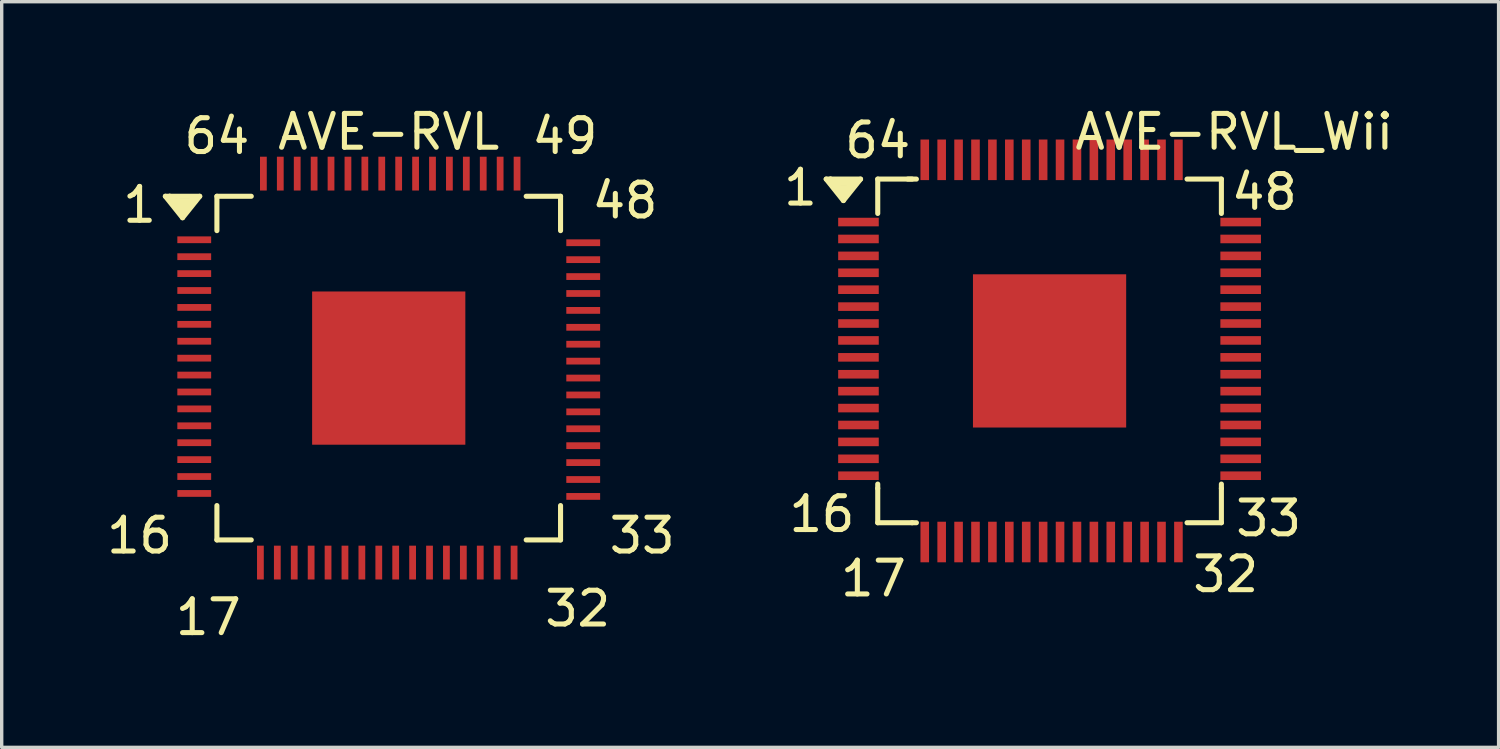
<source format=kicad_pcb>
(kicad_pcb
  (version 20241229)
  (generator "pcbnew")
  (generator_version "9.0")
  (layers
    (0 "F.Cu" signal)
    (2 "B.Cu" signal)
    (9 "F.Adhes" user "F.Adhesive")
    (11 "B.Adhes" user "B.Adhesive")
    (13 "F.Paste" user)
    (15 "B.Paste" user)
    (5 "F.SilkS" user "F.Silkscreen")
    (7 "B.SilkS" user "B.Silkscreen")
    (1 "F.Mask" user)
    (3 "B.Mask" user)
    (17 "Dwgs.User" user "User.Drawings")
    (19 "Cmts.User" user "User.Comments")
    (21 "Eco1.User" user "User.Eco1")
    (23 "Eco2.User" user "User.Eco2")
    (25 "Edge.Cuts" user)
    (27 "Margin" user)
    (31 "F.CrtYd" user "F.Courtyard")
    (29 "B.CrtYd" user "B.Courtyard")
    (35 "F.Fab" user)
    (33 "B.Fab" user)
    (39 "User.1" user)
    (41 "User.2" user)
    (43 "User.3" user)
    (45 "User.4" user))
  (footprint "AVE-RVL"
    (layer "F.Cu")
    (at 8.443 7.833)
    (property "Reference" "AVE-RVL" (at 0 -6.985 0) (layer "F.SilkS") (effects (font (size 1 1) (thickness 0.15))))
    (attr through_hole)
    (fp_line (start -6.604 -5.08) (end -6.477 -5.08) (stroke (width 0.15) (type solid)) (layer "F.SilkS"))
    (fp_line (start -6.477 -5.08) (end -6.096 -4.572) (stroke (width 0.15) (type solid)) (layer "F.SilkS"))
    (fp_line (start -6.477 -5.08) (end -5.588 -5.08) (stroke (width 0.15) (type solid)) (layer "F.SilkS"))
    (fp_line (start -6.35 -4.953) (end -6.096 -4.699) (stroke (width 0.15) (type solid)) (layer "F.SilkS"))
    (fp_line (start -6.223 -4.953) (end -6.35 -4.953) (stroke (width 0.15) (type solid)) (layer "F.SilkS"))
    (fp_line (start -6.096 -4.699) (end -5.969 -4.826) (stroke (width 0.15) (type solid)) (layer "F.SilkS"))
    (fp_line (start -6.096 -4.572) (end -5.842 -4.953) (stroke (width 0.15) (type solid)) (layer "F.SilkS"))
    (fp_line (start -6.096 -4.445) (end -6.604 -5.08) (stroke (width 0.15) (type solid)) (layer "F.SilkS"))
    (fp_line (start -5.969 -4.826) (end -6.223 -4.826) (stroke (width 0.15) (type solid)) (layer "F.SilkS"))
    (fp_line (start -5.842 -4.953) (end -5.715 -4.953) (stroke (width 0.15) (type solid)) (layer "F.SilkS"))
    (fp_line (start -5.715 -4.953) (end -6.223 -4.953) (stroke (width 0.15) (type solid)) (layer "F.SilkS"))
    (fp_line (start -5.588 -5.08) (end -6.096 -4.445) (stroke (width 0.15) (type solid)) (layer "F.SilkS"))
    (fp_line (start -5.08 -5.08) (end -5.08 -4.064) (stroke (width 0.15) (type solid)) (layer "F.SilkS"))
    (fp_line (start -5.08 -5.08) (end -4.064 -5.08) (stroke (width 0.15) (type solid)) (layer "F.SilkS"))
    (fp_line (start -5.08 5.08) (end -5.08 4.064) (stroke (width 0.15) (type solid)) (layer "F.SilkS"))
    (fp_line (start -4.064 5.08) (end -5.08 5.08) (stroke (width 0.15) (type solid)) (layer "F.SilkS"))
    (fp_line (start 5.08 -5.08) (end 4.064 -5.08) (stroke (width 0.15) (type solid)) (layer "F.SilkS"))
    (fp_line (start 5.08 -5.08) (end 5.08 -4.064) (stroke (width 0.15) (type solid)) (layer "F.SilkS"))
    (fp_line (start 5.08 4.064) (end 5.08 5.08) (stroke (width 0.15) (type solid)) (layer "F.SilkS"))
    (fp_line (start 5.08 5.08) (end 4.064 5.08) (stroke (width 0.15) (type solid)) (layer "F.SilkS"))
    (fp_text user "33" (at 7.493 4.953 0) (layer "F.SilkS") (effects (font (size 1 1) (thickness 0.15))))
    (fp_text user "49" (at 5.207 -6.858 0) (layer "F.SilkS") (effects (font (size 1 1) (thickness 0.15))))
    (fp_text user "17" (at -5.334 7.366 0) (layer "F.SilkS") (effects (font (size 1 1) (thickness 0.15))))
    (fp_text user "48" (at 6.985 -4.953 0) (layer "F.SilkS") (effects (font (size 1 1) (thickness 0.15))))
    (fp_text user "32" (at 5.588 7.112 0) (layer "F.SilkS") (effects (font (size 1 1) (thickness 0.15))))
    (fp_text user "16" (at -7.366 4.953 0) (layer "F.SilkS") (effects (font (size 1 1) (thickness 0.15))))
    (fp_text user "64" (at -5.08 -6.858 0) (layer "F.SilkS") (effects (font (size 1 1) (thickness 0.15))))
    (fp_text user "1" (at -7.366 -4.826 0) (layer "F.SilkS") (effects (font (size 1 1) (thickness 0.15))))
    (pad "1" smd rect (at -5.75 -3.794) (size 1 0.2) (layers "F.Cu" "F.Mask" "F.Paste"))
    (pad "2" smd rect (at -5.75 -3.294) (size 1 0.2) (layers "F.Cu" "F.Mask" "F.Paste"))
    (pad "3" smd rect (at -5.75 -2.794) (size 1 0.2) (layers "F.Cu" "F.Mask" "F.Paste"))
    (pad "4" smd rect (at -5.75 -2.294) (size 1 0.2) (layers "F.Cu" "F.Mask" "F.Paste"))
    (pad "5" smd rect (at -5.75 -1.794) (size 1 0.2) (layers "F.Cu" "F.Mask" "F.Paste"))
    (pad "6" smd rect (at -5.75 -1.294) (size 1 0.2) (layers "F.Cu" "F.Mask" "F.Paste"))
    (pad "7" smd rect (at -5.75 -0.794) (size 1 0.2) (layers "F.Cu" "F.Mask" "F.Paste"))
    (pad "8" smd rect (at -5.75 -0.294) (size 1 0.2) (layers "F.Cu" "F.Mask" "F.Paste"))
    (pad "9" smd rect (at -5.75 0.206) (size 1 0.2) (layers "F.Cu" "F.Mask" "F.Paste"))
    (pad "10" smd rect (at -5.75 0.706) (size 1 0.2) (layers "F.Cu" "F.Mask" "F.Paste"))
    (pad "11" smd rect (at -5.75 1.206) (size 1 0.2) (layers "F.Cu" "F.Mask" "F.Paste"))
    (pad "12" smd rect (at -5.75 1.706) (size 1 0.2) (layers "F.Cu" "F.Mask" "F.Paste"))
    (pad "13" smd rect (at -5.75 2.206) (size 1 0.2) (layers "F.Cu" "F.Mask" "F.Paste"))
    (pad "14" smd rect (at -5.75 2.706) (size 1 0.2) (layers "F.Cu" "F.Mask" "F.Paste"))
    (pad "15" smd rect (at -5.75 3.206) (size 1 0.2) (layers "F.Cu" "F.Mask" "F.Paste"))
    (pad "16" smd rect (at -5.75 3.706) (size 1 0.2) (layers "F.Cu" "F.Mask" "F.Paste"))
    (pad "17" smd rect (at -3.794 5.75) (size 0.2 1) (layers "F.Cu" "F.Mask" "F.Paste"))
    (pad "18" smd rect (at -3.294 5.75) (size 0.2 1) (layers "F.Cu" "F.Mask" "F.Paste"))
    (pad "19" smd rect (at -2.794 5.75) (size 0.2 1) (layers "F.Cu" "F.Mask" "F.Paste"))
    (pad "20" smd rect (at -2.294 5.75) (size 0.2 1) (layers "F.Cu" "F.Mask" "F.Paste"))
    (pad "21" smd rect (at -1.794 5.75) (size 0.2 1) (layers "F.Cu" "F.Mask" "F.Paste"))
    (pad "22" smd rect (at -1.294 5.75) (size 0.2 1) (layers "F.Cu" "F.Mask" "F.Paste"))
    (pad "23" smd rect (at -0.794 5.75) (size 0.2 1) (layers "F.Cu" "F.Mask" "F.Paste"))
    (pad "24" smd rect (at -0.294 5.75) (size 0.2 1) (layers "F.Cu" "F.Mask" "F.Paste"))
    (pad "25" smd rect (at 0.206 5.75) (size 0.2 1) (layers "F.Cu" "F.Mask" "F.Paste"))
    (pad "26" smd rect (at 0.706 5.75) (size 0.2 1) (layers "F.Cu" "F.Mask" "F.Paste"))
    (pad "27" smd rect (at 1.206 5.75) (size 0.2 1) (layers "F.Cu" "F.Mask" "F.Paste"))
    (pad "28" smd rect (at 1.706 5.75) (size 0.2 1) (layers "F.Cu" "F.Mask" "F.Paste"))
    (pad "29" smd rect (at 2.206 5.75) (size 0.2 1) (layers "F.Cu" "F.Mask" "F.Paste"))
    (pad "30" smd rect (at 2.706 5.75) (size 0.2 1) (layers "F.Cu" "F.Mask" "F.Paste"))
    (pad "31" smd rect (at 3.206 5.75) (size 0.2 1) (layers "F.Cu" "F.Mask" "F.Paste"))
    (pad "32" smd rect (at 3.706 5.75) (size 0.2 1) (layers "F.Cu" "F.Mask" "F.Paste"))
    (pad "33" smd rect (at 5.75 3.794) (size 1 0.2) (layers "F.Cu" "F.Mask" "F.Paste"))
    (pad "34" smd rect (at 5.75 3.294) (size 1 0.2) (layers "F.Cu" "F.Mask" "F.Paste"))
    (pad "35" smd rect (at 5.75 2.794) (size 1 0.2) (layers "F.Cu" "F.Mask" "F.Paste"))
    (pad "36" smd rect (at 5.75 2.294) (size 1 0.2) (layers "F.Cu" "F.Mask" "F.Paste"))
    (pad "37" smd rect (at 5.75 1.794) (size 1 0.2) (layers "F.Cu" "F.Mask" "F.Paste"))
    (pad "38" smd rect (at 5.75 1.294) (size 1 0.2) (layers "F.Cu" "F.Mask" "F.Paste"))
    (pad "39" smd rect (at 5.75 0.794) (size 1 0.2) (layers "F.Cu" "F.Mask" "F.Paste"))
    (pad "40" smd rect (at 5.75 0.294) (size 1 0.2) (layers "F.Cu" "F.Mask" "F.Paste"))
    (pad "41" smd rect (at 5.75 -0.206) (size 1 0.2) (layers "F.Cu" "F.Mask" "F.Paste"))
    (pad "42" smd rect (at 5.75 -0.706) (size 1 0.2) (layers "F.Cu" "F.Mask" "F.Paste"))
    (pad "43" smd rect (at 5.75 -1.206) (size 1 0.2) (layers "F.Cu" "F.Mask" "F.Paste"))
    (pad "44" smd rect (at 5.75 -1.706) (size 1 0.2) (layers "F.Cu" "F.Mask" "F.Paste"))
    (pad "45" smd rect (at 5.75 -2.206) (size 1 0.2) (layers "F.Cu" "F.Mask" "F.Paste"))
    (pad "46" smd rect (at 5.75 -2.706) (size 1 0.2) (layers "F.Cu" "F.Mask" "F.Paste"))
    (pad "47" smd rect (at 5.75 -3.206) (size 1 0.2) (layers "F.Cu" "F.Mask" "F.Paste"))
    (pad "48" smd rect (at 5.75 -3.706) (size 1 0.2) (layers "F.Cu" "F.Mask" "F.Paste"))
    (pad "49" smd rect (at 3.794 -5.75) (size 0.2 1) (layers "F.Cu" "F.Mask" "F.Paste"))
    (pad "50" smd rect (at 3.294 -5.75) (size 0.2 1) (layers "F.Cu" "F.Mask" "F.Paste"))
    (pad "51" smd rect (at 2.794 -5.75) (size 0.2 1) (layers "F.Cu" "F.Mask" "F.Paste"))
    (pad "52" smd rect (at 2.294 -5.75) (size 0.2 1) (layers "F.Cu" "F.Mask" "F.Paste"))
    (pad "53" smd rect (at 1.794 -5.75) (size 0.2 1) (layers "F.Cu" "F.Mask" "F.Paste"))
    (pad "54" smd rect (at 1.294 -5.75) (size 0.2 1) (layers "F.Cu" "F.Mask" "F.Paste"))
    (pad "55" smd rect (at 0.794 -5.75) (size 0.2 1) (layers "F.Cu" "F.Mask" "F.Paste"))
    (pad "56" smd rect (at 0.294 -5.75) (size 0.2 1) (layers "F.Cu" "F.Mask" "F.Paste"))
    (pad "57" smd rect (at -0.206 -5.75) (size 0.2 1) (layers "F.Cu" "F.Mask" "F.Paste"))
    (pad "58" smd rect (at -0.706 -5.75) (size 0.2 1) (layers "F.Cu" "F.Mask" "F.Paste"))
    (pad "59" smd rect (at -1.206 -5.75) (size 0.2 1) (layers "F.Cu" "F.Mask" "F.Paste"))
    (pad "60" smd rect (at -1.706 -5.75) (size 0.2 1) (layers "F.Cu" "F.Mask" "F.Paste"))
    (pad "61" smd rect (at -2.206 -5.75) (size 0.2 1) (layers "F.Cu" "F.Mask" "F.Paste"))
    (pad "62" smd rect (at -2.706 -5.75) (size 0.2 1) (layers "F.Cu" "F.Mask" "F.Paste"))
    (pad "63" smd rect (at -3.206 -5.75) (size 0.2 1) (layers "F.Cu" "F.Mask" "F.Paste"))
    (pad "64" smd rect (at -3.706 -5.75) (size 0.2 1) (layers "F.Cu" "F.Mask" "F.Paste"))
    (pad "65" smd rect (at 0 0) (size 4.53 4.53) (layers "F.Cu" "F.Mask" "F.Paste")))
  (footprint "AVE-RVL_Wii"
    (layer "F.Cu")
    (at 27.981 7.325)
    (property "Reference" "AVE-RVL_Wii" (at 5.461 -6.477 0) (layer "F.SilkS") (effects (font (size 1 1) (thickness 0.15))))
    (attr through_hole)
    (fp_line (start -6.604 -5.08) (end -6.477 -5.08) (stroke (width 0.15) (type solid)) (layer "F.SilkS"))
    (fp_line (start -6.477 -5.08) (end -6.096 -4.572) (stroke (width 0.15) (type solid)) (layer "F.SilkS"))
    (fp_line (start -6.477 -5.08) (end -5.588 -5.08) (stroke (width 0.15) (type solid)) (layer "F.SilkS"))
    (fp_line (start -6.35 -4.953) (end -6.096 -4.699) (stroke (width 0.15) (type solid)) (layer "F.SilkS"))
    (fp_line (start -6.223 -4.953) (end -6.35 -4.953) (stroke (width 0.15) (type solid)) (layer "F.SilkS"))
    (fp_line (start -6.096 -4.699) (end -5.969 -4.826) (stroke (width 0.15) (type solid)) (layer "F.SilkS"))
    (fp_line (start -6.096 -4.572) (end -5.842 -4.953) (stroke (width 0.15) (type solid)) (layer "F.SilkS"))
    (fp_line (start -6.096 -4.445) (end -6.604 -5.08) (stroke (width 0.15) (type solid)) (layer "F.SilkS"))
    (fp_line (start -5.969 -4.826) (end -6.223 -4.826) (stroke (width 0.15) (type solid)) (layer "F.SilkS"))
    (fp_line (start -5.842 -4.953) (end -5.715 -4.953) (stroke (width 0.15) (type solid)) (layer "F.SilkS"))
    (fp_line (start -5.715 -4.953) (end -6.223 -4.953) (stroke (width 0.15) (type solid)) (layer "F.SilkS"))
    (fp_line (start -5.588 -5.08) (end -6.096 -4.445) (stroke (width 0.15) (type solid)) (layer "F.SilkS"))
    (fp_line (start -5.08 -5.08) (end -5.08 -4.064) (stroke (width 0.15) (type solid)) (layer "F.SilkS"))
    (fp_line (start -5.08 -5.08) (end -4.064 -5.08) (stroke (width 0.15) (type solid)) (layer "F.SilkS"))
    (fp_line (start -5.08 4.064) (end -5.08 3.937) (stroke (width 0.15) (type solid)) (layer "F.SilkS"))
    (fp_line (start -5.08 5.08) (end -5.08 4.064) (stroke (width 0.15) (type solid)) (layer "F.SilkS"))
    (fp_line (start -4.191 -5.08) (end -3.937 -5.08) (stroke (width 0.15) (type solid)) (layer "F.SilkS"))
    (fp_line (start -4.064 5.08) (end -5.08 5.08) (stroke (width 0.15) (type solid)) (layer "F.SilkS"))
    (fp_line (start -4.064 5.08) (end -3.937 5.08) (stroke (width 0.15) (type solid)) (layer "F.SilkS"))
    (fp_line (start 5.08 -5.08) (end 4.064 -5.08) (stroke (width 0.15) (type solid)) (layer "F.SilkS"))
    (fp_line (start 5.08 -5.08) (end 5.08 -4.064) (stroke (width 0.15) (type solid)) (layer "F.SilkS"))
    (fp_line (start 5.08 4.064) (end 5.08 3.937) (stroke (width 0.15) (type solid)) (layer "F.SilkS"))
    (fp_line (start 5.08 4.064) (end 5.08 5.08) (stroke (width 0.15) (type solid)) (layer "F.SilkS"))
    (fp_line (start 5.08 5.08) (end 4.064 5.08) (stroke (width 0.15) (type solid)) (layer "F.SilkS"))
    (fp_text user "32" (at 5.207 6.604 0) (layer "F.SilkS") (effects (font (size 1 1) (thickness 0.15))))
    (fp_text user "33" (at 6.477 4.953 0) (layer "F.SilkS") (effects (font (size 1 1) (thickness 0.15))))
    (fp_text user "64" (at -5.08 -6.223 0) (layer "F.SilkS") (effects (font (size 1 1) (thickness 0.15))))
    (fp_text user "16" (at -6.731 4.826 0) (layer "F.SilkS") (effects (font (size 1 1) (thickness 0.15))))
    (fp_text user "17" (at -5.207 6.731 0) (layer "F.SilkS") (effects (font (size 1 1) (thickness 0.15))))
    (fp_text user "48" (at 6.35 -4.699 0) (layer "F.SilkS") (effects (font (size 1 1) (thickness 0.15))))
    (fp_text user "1" (at -7.366 -4.826 0) (layer "F.SilkS") (effects (font (size 1 1) (thickness 0.15))))
    (pad "1" smd rect (at -5.65 -3.81) (size 1.2 0.254) (layers "F.Cu" "F.Mask" "F.Paste"))
    (pad "2" smd rect (at -5.65 -3.31) (size 1.2 0.254) (layers "F.Cu" "F.Mask" "F.Paste"))
    (pad "3" smd rect (at -5.65 -2.81) (size 1.2 0.254) (layers "F.Cu" "F.Mask" "F.Paste"))
    (pad "4" smd rect (at -5.65 -2.31) (size 1.2 0.254) (layers "F.Cu" "F.Mask" "F.Paste"))
    (pad "5" smd rect (at -5.65 -1.81) (size 1.2 0.254) (layers "F.Cu" "F.Mask" "F.Paste"))
    (pad "6" smd rect (at -5.65 -1.31) (size 1.2 0.254) (layers "F.Cu" "F.Mask" "F.Paste"))
    (pad "7" smd rect (at -5.65 -0.81) (size 1.2 0.254) (layers "F.Cu" "F.Mask" "F.Paste"))
    (pad "8" smd rect (at -5.65 -0.31) (size 1.2 0.254) (layers "F.Cu" "F.Mask" "F.Paste"))
    (pad "9" smd rect (at -5.65 0.19) (size 1.2 0.254) (layers "F.Cu" "F.Mask" "F.Paste"))
    (pad "10" smd rect (at -5.65 0.69) (size 1.2 0.254) (layers "F.Cu" "F.Mask" "F.Paste"))
    (pad "11" smd rect (at -5.65 1.19) (size 1.2 0.254) (layers "F.Cu" "F.Mask" "F.Paste"))
    (pad "12" smd rect (at -5.65 1.69) (size 1.2 0.254) (layers "F.Cu" "F.Mask" "F.Paste"))
    (pad "13" smd rect (at -5.65 2.19) (size 1.2 0.254) (layers "F.Cu" "F.Mask" "F.Paste"))
    (pad "14" smd rect (at -5.65 2.69) (size 1.2 0.254) (layers "F.Cu" "F.Mask" "F.Paste"))
    (pad "15" smd rect (at -5.65 3.19) (size 1.2 0.254) (layers "F.Cu" "F.Mask" "F.Paste"))
    (pad "16" smd rect (at -5.65 3.69) (size 1.2 0.254) (layers "F.Cu" "F.Mask" "F.Paste"))
    (pad "17" smd rect (at -3.69 5.65) (size 0.254 1.2) (layers "F.Cu" "F.Mask" "F.Paste"))
    (pad "18" smd rect (at -3.19 5.65) (size 0.254 1.2) (layers "F.Cu" "F.Mask" "F.Paste"))
    (pad "19" smd rect (at -2.69 5.65) (size 0.254 1.2) (layers "F.Cu" "F.Mask" "F.Paste"))
    (pad "20" smd rect (at -2.19 5.65) (size 0.254 1.2) (layers "F.Cu" "F.Mask" "F.Paste"))
    (pad "21" smd rect (at -1.69 5.65) (size 0.254 1.2) (layers "F.Cu" "F.Mask" "F.Paste"))
    (pad "22" smd rect (at -1.19 5.65) (size 0.254 1.2) (layers "F.Cu" "F.Mask" "F.Paste"))
    (pad "23" smd rect (at -0.69 5.65) (size 0.254 1.2) (layers "F.Cu" "F.Mask" "F.Paste"))
    (pad "24" smd rect (at -0.19 5.65) (size 0.254 1.2) (layers "F.Cu" "F.Mask" "F.Paste"))
    (pad "25" smd rect (at 0.31 5.65) (size 0.254 1.2) (layers "F.Cu" "F.Mask" "F.Paste"))
    (pad "26" smd rect (at 0.81 5.65) (size 0.254 1.2) (layers "F.Cu" "F.Mask" "F.Paste"))
    (pad "27" smd rect (at 1.31 5.65) (size 0.254 1.2) (layers "F.Cu" "F.Mask" "F.Paste"))
    (pad "28" smd rect (at 1.81 5.65) (size 0.254 1.2) (layers "F.Cu" "F.Mask" "F.Paste"))
    (pad "29" smd rect (at 2.31 5.65) (size 0.254 1.2) (layers "F.Cu" "F.Mask" "F.Paste"))
    (pad "30" smd rect (at 2.81 5.65) (size 0.254 1.2) (layers "F.Cu" "F.Mask" "F.Paste"))
    (pad "31" smd rect (at 3.31 5.65) (size 0.254 1.2) (layers "F.Cu" "F.Mask" "F.Paste"))
    (pad "32" smd rect (at 3.81 5.65) (size 0.254 1.2) (layers "F.Cu" "F.Mask" "F.Paste"))
    (pad "33" smd rect (at 5.65 3.69) (size 1.2 0.254) (layers "F.Cu" "F.Mask" "F.Paste"))
    (pad "34" smd rect (at 5.65 3.19) (size 1.2 0.254) (layers "F.Cu" "F.Mask" "F.Paste"))
    (pad "35" smd rect (at 5.65 2.69) (size 1.2 0.254) (layers "F.Cu" "F.Mask" "F.Paste"))
    (pad "36" smd rect (at 5.65 2.19) (size 1.2 0.254) (layers "F.Cu" "F.Mask" "F.Paste"))
    (pad "37" smd rect (at 5.65 1.69) (size 1.2 0.254) (layers "F.Cu" "F.Mask" "F.Paste"))
    (pad "38" smd rect (at 5.65 1.19) (size 1.2 0.254) (layers "F.Cu" "F.Mask" "F.Paste"))
    (pad "39" smd rect (at 5.65 0.69) (size 1.2 0.254) (layers "F.Cu" "F.Mask" "F.Paste"))
    (pad "40" smd rect (at 5.65 0.19) (size 1.2 0.254) (layers "F.Cu" "F.Mask" "F.Paste"))
    (pad "41" smd rect (at 5.65 -0.31) (size 1.2 0.254) (layers "F.Cu" "F.Mask" "F.Paste"))
    (pad "42" smd rect (at 5.65 -0.81) (size 1.2 0.254) (layers "F.Cu" "F.Mask" "F.Paste"))
    (pad "43" smd rect (at 5.65 -1.31) (size 1.2 0.254) (layers "F.Cu" "F.Mask" "F.Paste"))
    (pad "44" smd rect (at 5.65 -1.81) (size 1.2 0.254) (layers "F.Cu" "F.Mask" "F.Paste"))
    (pad "45" smd rect (at 5.65 -2.31) (size 1.2 0.254) (layers "F.Cu" "F.Mask" "F.Paste"))
    (pad "46" smd rect (at 5.65 -2.81) (size 1.2 0.254) (layers "F.Cu" "F.Mask" "F.Paste"))
    (pad "47" smd rect (at 5.65 -3.31) (size 1.2 0.254) (layers "F.Cu" "F.Mask" "F.Paste"))
    (pad "48" smd rect (at 5.65 -3.81) (size 1.2 0.254) (layers "F.Cu" "F.Mask" "F.Paste"))
    (pad "49" smd rect (at 3.81 -5.65) (size 0.254 1.2) (layers "F.Cu" "F.Mask" "F.Paste"))
    (pad "50" smd rect (at 3.31 -5.65) (size 0.254 1.2) (layers "F.Cu" "F.Mask" "F.Paste"))
    (pad "51" smd rect (at 2.81 -5.65) (size 0.254 1.2) (layers "F.Cu" "F.Mask" "F.Paste"))
    (pad "52" smd rect (at 2.31 -5.65) (size 0.254 1.2) (layers "F.Cu" "F.Mask" "F.Paste"))
    (pad "53" smd rect (at 1.81 -5.65) (size 0.254 1.2) (layers "F.Cu" "F.Mask" "F.Paste"))
    (pad "54" smd rect (at 1.31 -5.65) (size 0.254 1.2) (layers "F.Cu" "F.Mask" "F.Paste"))
    (pad "55" smd rect (at 0.81 -5.65) (size 0.254 1.2) (layers "F.Cu" "F.Mask" "F.Paste"))
    (pad "56" smd rect (at 0.31 -5.65) (size 0.254 1.2) (layers "F.Cu" "F.Mask" "F.Paste"))
    (pad "57" smd rect (at -0.19 -5.65) (size 0.254 1.2) (layers "F.Cu" "F.Mask" "F.Paste"))
    (pad "58" smd rect (at -0.69 -5.65) (size 0.254 1.2) (layers "F.Cu" "F.Mask" "F.Paste"))
    (pad "59" smd rect (at -1.19 -5.65) (size 0.254 1.2) (layers "F.Cu" "F.Mask" "F.Paste"))
    (pad "60" smd rect (at -1.69 -5.65) (size 0.254 1.2) (layers "F.Cu" "F.Mask" "F.Paste"))
    (pad "61" smd rect (at -2.19 -5.65) (size 0.254 1.2) (layers "F.Cu" "F.Mask" "F.Paste"))
    (pad "62" smd rect (at -2.69 -5.65) (size 0.254 1.2) (layers "F.Cu" "F.Mask" "F.Paste"))
    (pad "63" smd rect (at -3.19 -5.65) (size 0.254 1.2) (layers "F.Cu" "F.Mask" "F.Paste"))
    (pad "64" smd rect (at -3.69 -5.65) (size 0.254 1.2) (layers "F.Cu" "F.Mask" "F.Paste"))
    (pad "65" smd rect (at 0 0) (size 4.53 4.53) (layers "F.Cu" "F.Mask" "F.Paste")))
  (gr_rect
    (start -3 -3)
    (end 41.257 19.047)
    (stroke (width 0.1) (type default))
    (fill no)
    (layer "Edge.Cuts")))
</source>
